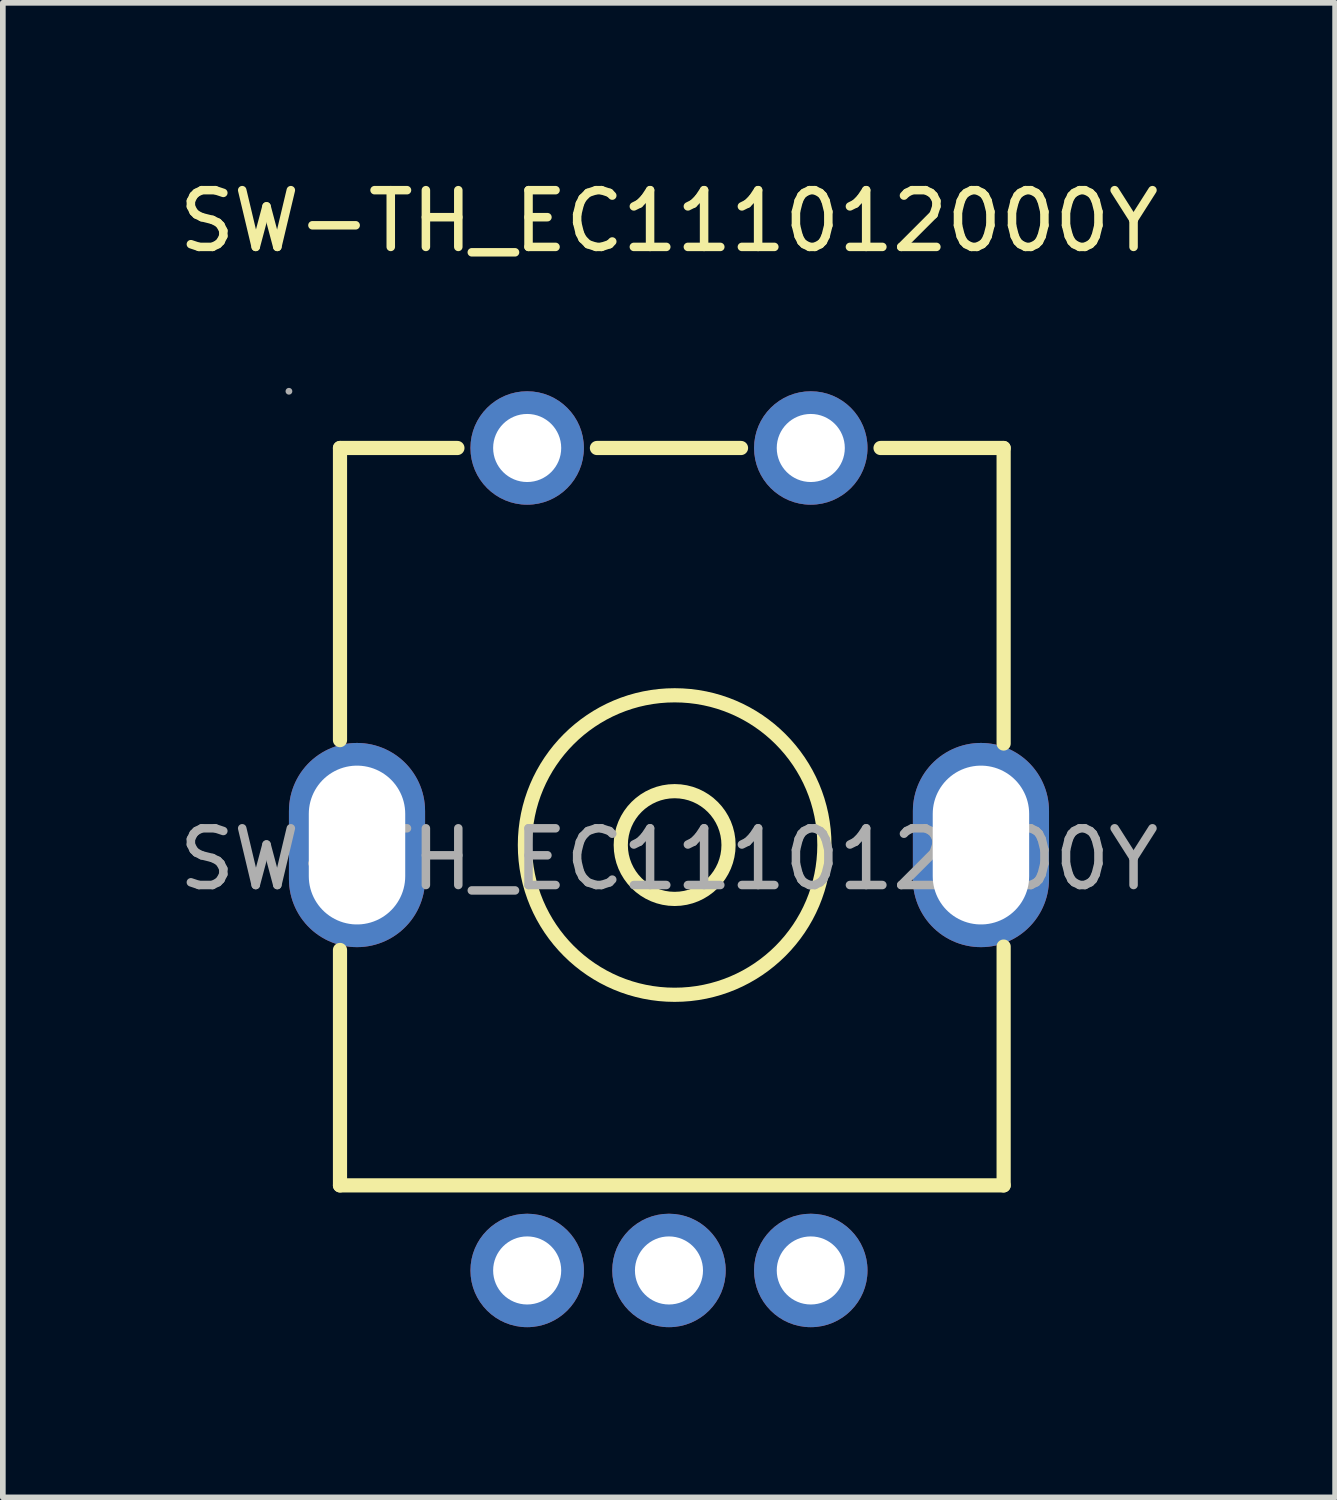
<source format=kicad_pcb>
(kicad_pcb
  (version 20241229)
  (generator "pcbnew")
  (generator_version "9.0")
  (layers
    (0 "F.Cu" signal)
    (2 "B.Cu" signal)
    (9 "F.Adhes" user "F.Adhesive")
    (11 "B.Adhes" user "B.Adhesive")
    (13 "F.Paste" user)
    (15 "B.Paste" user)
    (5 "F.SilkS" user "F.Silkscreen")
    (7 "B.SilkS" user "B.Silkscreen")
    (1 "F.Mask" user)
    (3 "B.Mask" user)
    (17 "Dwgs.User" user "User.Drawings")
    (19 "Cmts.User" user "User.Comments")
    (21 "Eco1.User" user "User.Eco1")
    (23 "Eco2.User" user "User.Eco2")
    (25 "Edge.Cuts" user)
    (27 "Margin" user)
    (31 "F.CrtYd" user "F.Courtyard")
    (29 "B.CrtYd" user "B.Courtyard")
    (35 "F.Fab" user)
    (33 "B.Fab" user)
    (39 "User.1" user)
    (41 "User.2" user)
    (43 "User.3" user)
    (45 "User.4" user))
  (footprint "SW-TH_EC111012000Y"
    (layer "F.Cu")
    (at 8.744 12.098)
    (property "Reference" "SW-TH_EC111012000Y" (at 0 -11.25 0) (layer "F.SilkS") (effects (font (size 1 1) (thickness 0.15))))
    (attr through_hole)
    (fp_line (start -5.8 -2.1) (end -5.8 -7.25) (stroke (width 0.25) (type solid)) (layer "F.SilkS"))
    (fp_line (start -5.8 5.75) (end -5.8 1.6) (stroke (width 0.25) (type solid)) (layer "F.SilkS"))
    (fp_line (start -5.8 5.75) (end 5.9 5.75) (stroke (width 0.25) (type solid)) (layer "F.SilkS"))
    (fp_line (start -3.73 -7.25) (end -5.8 -7.25) (stroke (width 0.25) (type solid)) (layer "F.SilkS"))
    (fp_line (start 1.27 -7.25) (end -1.27 -7.25) (stroke (width 0.25) (type solid)) (layer "F.SilkS"))
    (fp_line (start 5.9 -7.25) (end 3.73 -7.25) (stroke (width 0.25) (type solid)) (layer "F.SilkS"))
    (fp_line (start 5.9 -2.04) (end 5.9 -7.25) (stroke (width 0.25) (type solid)) (layer "F.SilkS"))
    (fp_line (start 5.9 5.75) (end 5.9 1.54) (stroke (width 0.25) (type solid)) (layer "F.SilkS"))
    (fp_circle (center 0.1 -0.25) (end 1.05 -0.25) (stroke (width 0.25) (type solid)) (fill no) (layer "F.SilkS"))
    (fp_circle (center 0.1 -0.25) (end 2.74 -0.25) (stroke (width 0.25) (type solid)) (fill no) (layer "F.SilkS"))
    (fp_circle (center -6.7 -8.25) (end -6.67 -8.25) (stroke (width 0.06) (type solid)) (fill no) (layer "F.Fab"))
    (fp_circle (center -2.5 -7.25) (end -2.25 -7.25) (stroke (width 0.5) (type solid)) (fill no) (layer "F.Fab"))
    (fp_circle (center -2.5 7.25) (end -2.25 7.25) (stroke (width 0.5) (type solid)) (fill no) (layer "F.Fab"))
    (fp_circle (center 0 7.25) (end 0.25 7.25) (stroke (width 0.5) (type solid)) (fill no) (layer "F.Fab"))
    (fp_circle (center 2.5 -7.25) (end 2.75 -7.25) (stroke (width 0.5) (type solid)) (fill no) (layer "F.Fab"))
    (fp_circle (center 2.5 7.25) (end 2.75 7.25) (stroke (width 0.5) (type solid)) (fill no) (layer "F.Fab"))
    (fp_text user "${REFERENCE}" (at 0 0 0) (layer "F.Fab") (effects (font (size 1 1) (thickness 0.15))))
    (pad "6" thru_hole oval (at -5.5 -0.25) (size 2.4 3.6) (drill oval 1.7 2.8) (layers "*.Cu" "*.Mask"))
    (pad "7" thru_hole oval (at 5.5 -0.25) (size 2.4 3.6) (drill oval 1.7 2.8) (layers "*.Cu" "*.Mask"))
    (pad "A" thru_hole circle (at -2.5 7.25) (size 2 2) (drill 1.2) (layers "*.Cu" "*.Mask"))
    (pad "B" thru_hole circle (at 2.5 7.25) (size 2 2) (drill 1.2) (layers "*.Cu" "*.Mask"))
    (pad "C" thru_hole circle (at 0 7.25) (size 2 2) (drill 1.2) (layers "*.Cu" "*.Mask"))
    (pad "D" thru_hole circle (at -2.5 -7.25) (size 2 2) (drill 1.2) (layers "*.Cu" "*.Mask"))
    (pad "E" thru_hole circle (at 2.5 -7.25) (size 2 2) (drill 1.2) (layers "*.Cu" "*.Mask")))
  (gr_rect
    (start -3 -3)
    (end 20.488 23.348)
    (stroke (width 0.1) (type default))
    (fill no)
    (layer "Edge.Cuts")))
</source>
